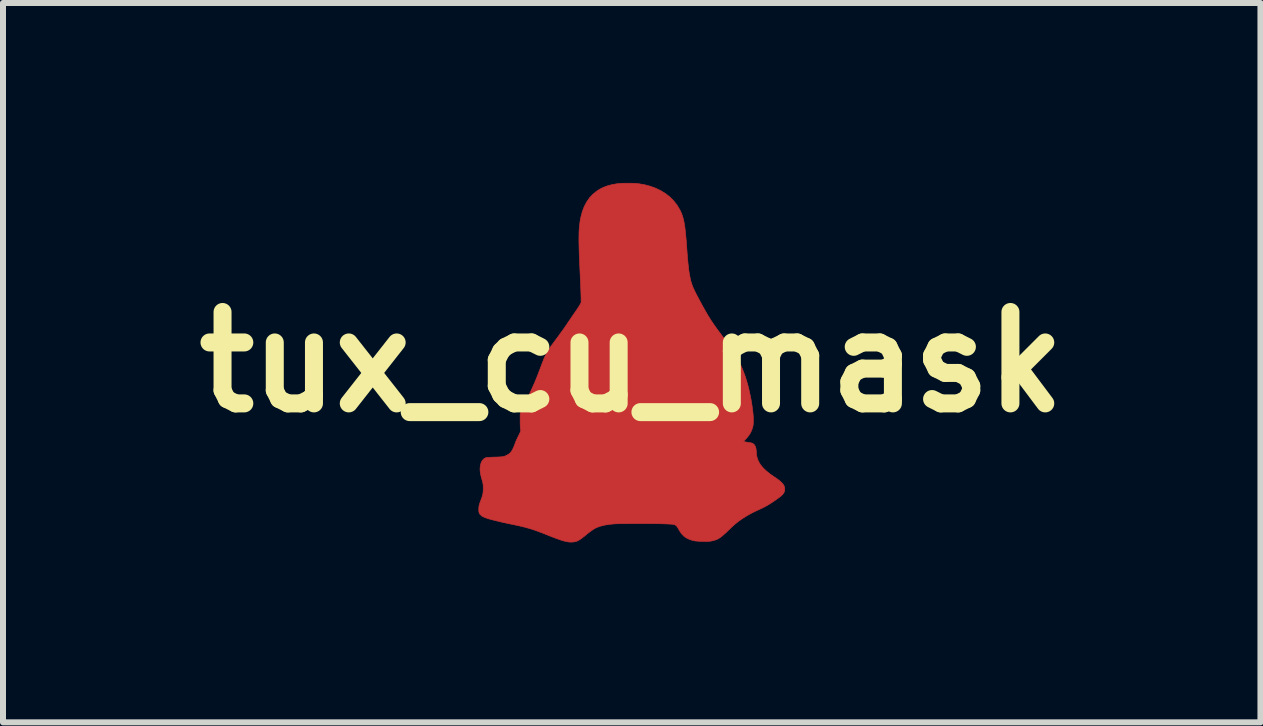
<source format=kicad_pcb>
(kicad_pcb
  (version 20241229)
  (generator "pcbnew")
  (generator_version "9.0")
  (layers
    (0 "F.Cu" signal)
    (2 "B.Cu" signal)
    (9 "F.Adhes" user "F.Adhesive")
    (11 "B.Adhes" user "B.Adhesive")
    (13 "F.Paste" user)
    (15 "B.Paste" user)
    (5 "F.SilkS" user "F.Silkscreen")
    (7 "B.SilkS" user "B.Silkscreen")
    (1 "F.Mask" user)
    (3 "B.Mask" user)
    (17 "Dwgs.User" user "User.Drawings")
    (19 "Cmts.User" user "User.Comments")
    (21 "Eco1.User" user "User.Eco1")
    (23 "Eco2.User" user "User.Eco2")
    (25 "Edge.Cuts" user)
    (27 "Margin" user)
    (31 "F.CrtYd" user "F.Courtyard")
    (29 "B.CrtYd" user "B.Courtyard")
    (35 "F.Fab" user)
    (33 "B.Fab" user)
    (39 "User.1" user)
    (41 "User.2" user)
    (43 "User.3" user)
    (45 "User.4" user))
  (footprint "tux_cu_mask"
    (layer "F.Cu")
    (at 7.482 2.986)
    (property "Reference" "tux_cu_mask" (at 0 0 0) (layer "F.SilkS") (effects (font (size 1.524 1.524) (thickness 0.3))))
    (attr through_hole)
    (fp_poly (pts (xy -0.019 -2.981) (xy 0.026 -2.98) (xy 0.066 -2.978) (xy 0.099 -2.975) (xy 0.102 -2.975) (xy 0.207 -2.958) (xy 0.307 -2.932) (xy 0.401 -2.898) (xy 0.487 -2.856) (xy 0.566 -2.807) (xy 0.638 -2.75) (xy 0.702 -2.685) (xy 0.757 -2.614) (xy 0.804 -2.535) (xy 0.809 -2.526) (xy 0.824 -2.493) (xy 0.838 -2.459) (xy 0.85 -2.422) (xy 0.861 -2.383) (xy 0.871 -2.339) (xy 0.88 -2.29) (xy 0.888 -2.234) (xy 0.895 -2.172) (xy 0.902 -2.101) (xy 0.909 -2.022) (xy 0.916 -1.932) (xy 0.917 -1.913) (xy 0.924 -1.816) (xy 0.931 -1.729) (xy 0.938 -1.652) (xy 0.946 -1.583) (xy 0.953 -1.521) (xy 0.962 -1.467) (xy 0.971 -1.418) (xy 0.98 -1.373) (xy 0.991 -1.333) (xy 1.003 -1.295) (xy 1.016 -1.26) (xy 1.022 -1.245) (xy 1.032 -1.223) (xy 1.045 -1.195) (xy 1.062 -1.16) (xy 1.081 -1.122) (xy 1.102 -1.084) (xy 1.113 -1.061) (xy 1.154 -0.985) (xy 1.191 -0.917) (xy 1.226 -0.856) (xy 1.258 -0.8) (xy 1.289 -0.748) (xy 1.32 -0.699) (xy 1.352 -0.651) (xy 1.386 -0.602) (xy 1.423 -0.55) (xy 1.464 -0.495) (xy 1.51 -0.434) (xy 1.518 -0.423) (xy 1.587 -0.332) (xy 1.647 -0.246) (xy 1.701 -0.164) (xy 1.748 -0.085) (xy 1.79 -0.007) (xy 1.827 0.072) (xy 1.86 0.152) (xy 1.891 0.235) (xy 1.919 0.324) (xy 1.919 0.325) (xy 1.938 0.392) (xy 1.956 0.464) (xy 1.972 0.54) (xy 1.988 0.617) (xy 2.001 0.693) (xy 2.012 0.767) (xy 2.02 0.835) (xy 2.026 0.898) (xy 2.028 0.952) (xy 2.028 0.957) (xy 2.028 0.993) (xy 2.027 1.021) (xy 2.025 1.044) (xy 2.022 1.065) (xy 2.017 1.086) (xy 2.016 1.088) (xy 2.001 1.134) (xy 1.982 1.177) (xy 1.957 1.217) (xy 1.924 1.259) (xy 1.89 1.296) (xy 1.862 1.325) (xy 1.912 1.334) (xy 1.938 1.339) (xy 1.964 1.343) (xy 1.986 1.346) (xy 1.99 1.347) (xy 2.018 1.356) (xy 2.041 1.375) (xy 2.059 1.402) (xy 2.071 1.438) (xy 2.077 1.482) (xy 2.077 1.499) (xy 2.082 1.556) (xy 2.095 1.611) (xy 2.118 1.664) (xy 2.149 1.715) (xy 2.191 1.765) (xy 2.243 1.815) (xy 2.305 1.865) (xy 2.365 1.907) (xy 2.415 1.941) (xy 2.457 1.972) (xy 2.489 1.999) (xy 2.514 2.025) (xy 2.532 2.049) (xy 2.544 2.072) (xy 2.55 2.097) (xy 2.551 2.118) (xy 2.55 2.141) (xy 2.545 2.162) (xy 2.535 2.182) (xy 2.52 2.203) (xy 2.499 2.225) (xy 2.47 2.249) (xy 2.433 2.276) (xy 2.389 2.307) (xy 2.339 2.341) (xy 2.295 2.369) (xy 2.255 2.393) (xy 2.215 2.415) (xy 2.173 2.436) (xy 2.126 2.458) (xy 2.113 2.464) (xy 2.038 2.499) (xy 1.971 2.534) (xy 1.907 2.571) (xy 1.85 2.607) (xy 1.814 2.632) (xy 1.78 2.656) (xy 1.747 2.682) (xy 1.714 2.71) (xy 1.678 2.742) (xy 1.638 2.78) (xy 1.603 2.814) (xy 1.559 2.856) (xy 1.521 2.889) (xy 1.487 2.917) (xy 1.456 2.938) (xy 1.425 2.955) (xy 1.394 2.967) (xy 1.36 2.977) (xy 1.322 2.985) (xy 1.317 2.986) (xy 1.292 2.989) (xy 1.258 2.991) (xy 1.219 2.991) (xy 1.177 2.99) (xy 1.134 2.989) (xy 1.094 2.986) (xy 1.06 2.983) (xy 1.033 2.979) (xy 1.03 2.978) (xy 0.968 2.959) (xy 0.914 2.934) (xy 0.869 2.902) (xy 0.83 2.862) (xy 0.797 2.813) (xy 0.792 2.805) (xy 0.777 2.778) (xy 0.764 2.756) (xy 0.752 2.739) (xy 0.738 2.725) (xy 0.723 2.716) (xy 0.704 2.709) (xy 0.68 2.705) (xy 0.649 2.702) (xy 0.611 2.7) (xy 0.563 2.698) (xy 0.548 2.698) (xy 0.5 2.696) (xy 0.446 2.695) (xy 0.386 2.694) (xy 0.321 2.694) (xy 0.253 2.693) (xy 0.184 2.693) (xy 0.114 2.693) (xy 0.045 2.693) (xy -0.021 2.693) (xy -0.084 2.694) (xy -0.142 2.694) (xy -0.193 2.695) (xy -0.237 2.696) (xy -0.271 2.697) (xy -0.288 2.698) (xy -0.375 2.706) (xy -0.453 2.719) (xy -0.521 2.736) (xy -0.581 2.758) (xy -0.601 2.767) (xy -0.632 2.785) (xy -0.668 2.809) (xy -0.708 2.838) (xy -0.751 2.872) (xy -0.766 2.885) (xy -0.806 2.917) (xy -0.838 2.942) (xy -0.866 2.961) (xy -0.891 2.976) (xy -0.914 2.986) (xy -0.93 2.992) (xy -0.97 3) (xy -1.016 3.002) (xy -1.058 2.999) (xy -1.087 2.994) (xy -1.12 2.986) (xy -1.16 2.975) (xy -1.205 2.96) (xy -1.258 2.941) (xy -1.32 2.918) (xy -1.39 2.89) (xy -1.437 2.871) (xy -1.5 2.846) (xy -1.559 2.824) (xy -1.614 2.804) (xy -1.669 2.786) (xy -1.723 2.77) (xy -1.78 2.754) (xy -1.841 2.739) (xy -1.908 2.724) (xy -1.983 2.708) (xy -2.047 2.695) (xy -2.083 2.687) (xy -2.127 2.678) (xy -2.175 2.667) (xy -2.224 2.655) (xy -2.271 2.644) (xy -2.283 2.641) (xy -2.341 2.626) (xy -2.389 2.613) (xy -2.427 2.6) (xy -2.459 2.588) (xy -2.484 2.576) (xy -2.504 2.563) (xy -2.515 2.553) (xy -2.532 2.536) (xy -2.542 2.519) (xy -2.548 2.499) (xy -2.55 2.474) (xy -2.55 2.445) (xy -2.548 2.421) (xy -2.546 2.4) (xy -2.542 2.38) (xy -2.535 2.358) (xy -2.524 2.329) (xy -2.521 2.32) (xy -2.506 2.279) (xy -2.494 2.246) (xy -2.486 2.218) (xy -2.481 2.193) (xy -2.478 2.169) (xy -2.476 2.142) (xy -2.475 2.11) (xy -2.475 2.108) (xy -2.476 2.077) (xy -2.476 2.053) (xy -2.479 2.032) (xy -2.483 2.01) (xy -2.49 1.984) (xy -2.496 1.961) (xy -2.509 1.915) (xy -2.518 1.877) (xy -2.524 1.845) (xy -2.527 1.817) (xy -2.529 1.79) (xy -2.529 1.786) (xy -2.525 1.734) (xy -2.514 1.688) (xy -2.497 1.65) (xy -2.473 1.62) (xy -2.447 1.601) (xy -2.439 1.598) (xy -2.43 1.595) (xy -2.418 1.592) (xy -2.402 1.59) (xy -2.38 1.589) (xy -2.351 1.587) (xy -2.314 1.586) (xy -2.292 1.585) (xy -2.246 1.584) (xy -2.209 1.582) (xy -2.181 1.581) (xy -2.158 1.578) (xy -2.14 1.575) (xy -2.124 1.571) (xy -2.108 1.565) (xy -2.092 1.558) (xy -2.088 1.556) (xy -2.058 1.54) (xy -2.031 1.519) (xy -2.008 1.493) (xy -1.988 1.46) (xy -1.968 1.418) (xy -1.953 1.38) (xy -1.944 1.356) (xy -1.937 1.338) (xy -1.931 1.322) (xy -1.924 1.306) (xy -1.916 1.288) (xy -1.906 1.267) (xy -1.892 1.239) (xy -1.88 1.215) (xy -1.867 1.187) (xy -1.858 1.167) (xy -1.852 1.153) (xy -1.85 1.143) (xy -1.851 1.135) (xy -1.853 1.128) (xy -1.856 1.113) (xy -1.858 1.088) (xy -1.859 1.052) (xy -1.86 1.005) (xy -1.86 0.988) (xy -1.86 0.866) (xy -1.841 0.813) (xy -1.832 0.789) (xy -1.819 0.758) (xy -1.803 0.724) (xy -1.786 0.69) (xy -1.776 0.672) (xy -1.74 0.601) (xy -1.707 0.536) (xy -1.677 0.473) (xy -1.649 0.411) (xy -1.621 0.348) (xy -1.593 0.281) (xy -1.564 0.208) (xy -1.533 0.126) (xy -1.524 0.102) (xy -1.501 0.041) (xy -1.481 -0.011) (xy -1.463 -0.057) (xy -1.445 -0.097) (xy -1.426 -0.134) (xy -1.407 -0.17) (xy -1.386 -0.205) (xy -1.361 -0.242) (xy -1.333 -0.283) (xy -1.299 -0.329) (xy -1.26 -0.381) (xy -1.249 -0.396) (xy -1.217 -0.439) (xy -1.183 -0.487) (xy -1.146 -0.537) (xy -1.111 -0.587) (xy -1.08 -0.633) (xy -1.067 -0.653) (xy -1.041 -0.691) (xy -1.014 -0.73) (xy -0.989 -0.768) (xy -0.965 -0.802) (xy -0.945 -0.831) (xy -0.934 -0.847) (xy -0.915 -0.874) (xy -0.896 -0.903) (xy -0.879 -0.929) (xy -0.866 -0.95) (xy -0.866 -0.951) (xy -0.844 -0.991) (xy -0.844 -1.067) (xy -0.845 -1.089) (xy -0.846 -1.121) (xy -0.847 -1.161) (xy -0.849 -1.207) (xy -0.851 -1.258) (xy -0.853 -1.312) (xy -0.856 -1.367) (xy -0.857 -1.391) (xy -0.862 -1.509) (xy -0.867 -1.616) (xy -0.871 -1.713) (xy -0.875 -1.801) (xy -0.877 -1.88) (xy -0.879 -1.952) (xy -0.88 -2.017) (xy -0.88 -2.075) (xy -0.879 -2.128) (xy -0.878 -2.176) (xy -0.875 -2.22) (xy -0.872 -2.261) (xy -0.868 -2.298) (xy -0.863 -2.334) (xy -0.858 -2.368) (xy -0.851 -2.402) (xy -0.847 -2.42) (xy -0.823 -2.511) (xy -0.791 -2.594) (xy -0.751 -2.669) (xy -0.705 -2.736) (xy -0.651 -2.794) (xy -0.651 -2.794) (xy -0.595 -2.841) (xy -0.537 -2.88) (xy -0.474 -2.912) (xy -0.404 -2.938) (xy -0.328 -2.958) (xy -0.243 -2.973) (xy -0.226 -2.975) (xy -0.196 -2.978) (xy -0.158 -2.98) (xy -0.114 -2.981) (xy -0.067 -2.981) (xy -0.019 -2.981)) (stroke (width 0.01) (type solid)) (fill yes) (layer "F.Cu"))
    (fp_poly (pts (xy -0.496 -2.115) (xy -0.484 -2.111) (xy -0.446 -2.091) (xy -0.414 -2.061) (xy -0.387 -2.022) (xy -0.366 -1.974) (xy -0.351 -1.917) (xy -0.342 -1.851) (xy -0.34 -1.819) (xy -0.339 -1.789) (xy -0.339 -1.768) (xy -0.339 -1.754) (xy -0.341 -1.745) (xy -0.345 -1.738) (xy -0.35 -1.732) (xy -0.352 -1.731) (xy -0.371 -1.718) (xy -0.385 -1.716) (xy -0.403 -1.718) (xy -0.414 -1.725) (xy -0.421 -1.739) (xy -0.424 -1.761) (xy -0.425 -1.767) (xy -0.434 -1.813) (xy -0.453 -1.859) (xy -0.477 -1.896) (xy -0.493 -1.916) (xy -0.511 -1.928) (xy -0.534 -1.935) (xy -0.551 -1.938) (xy -0.58 -1.938) (xy -0.61 -1.929) (xy -0.637 -1.913) (xy -0.659 -1.893) (xy -0.67 -1.875) (xy -0.674 -1.857) (xy -0.676 -1.831) (xy -0.676 -1.801) (xy -0.674 -1.769) (xy -0.67 -1.739) (xy -0.664 -1.714) (xy -0.664 -1.711) (xy -0.651 -1.684) (xy -0.633 -1.659) (xy -0.612 -1.64) (xy -0.595 -1.631) (xy -0.583 -1.625) (xy -0.577 -1.617) (xy -0.578 -1.605) (xy -0.587 -1.587) (xy -0.593 -1.576) (xy -0.609 -1.552) (xy -0.624 -1.539) (xy -0.64 -1.536) (xy -0.657 -1.542) (xy -0.659 -1.544) (xy -0.67 -1.556) (xy -0.682 -1.576) (xy -0.695 -1.601) (xy -0.707 -1.629) (xy -0.716 -1.656) (xy -0.718 -1.665) (xy -0.729 -1.72) (xy -0.736 -1.776) (xy -0.739 -1.832) (xy -0.737 -1.884) (xy -0.731 -1.931) (xy -0.723 -1.963) (xy -0.702 -2.012) (xy -0.675 -2.052) (xy -0.641 -2.083) (xy -0.613 -2.101) (xy -0.573 -2.116) (xy -0.534 -2.121) (xy -0.496 -2.115)) (stroke (width 0.01) (type solid)) (fill yes) (layer "F.Mask"))
    (fp_poly (pts (xy 0.208 -2.155) (xy 0.265 -2.145) (xy 0.282 -2.141) (xy 0.324 -2.128) (xy 0.359 -2.112) (xy 0.389 -2.09) (xy 0.414 -2.062) (xy 0.435 -2.026) (xy 0.455 -1.981) (xy 0.464 -1.957) (xy 0.488 -1.882) (xy 0.504 -1.814) (xy 0.512 -1.752) (xy 0.512 -1.698) (xy 0.508 -1.668) (xy 0.501 -1.636) (xy 0.49 -1.607) (xy 0.477 -1.583) (xy 0.463 -1.568) (xy 0.462 -1.567) (xy 0.443 -1.56) (xy 0.419 -1.559) (xy 0.392 -1.564) (xy 0.38 -1.569) (xy 0.363 -1.579) (xy 0.35 -1.591) (xy 0.347 -1.594) (xy 0.342 -1.602) (xy 0.341 -1.609) (xy 0.341 -1.619) (xy 0.345 -1.634) (xy 0.352 -1.657) (xy 0.353 -1.661) (xy 0.361 -1.688) (xy 0.366 -1.71) (xy 0.369 -1.734) (xy 0.37 -1.762) (xy 0.37 -1.776) (xy 0.37 -1.804) (xy 0.369 -1.823) (xy 0.367 -1.836) (xy 0.363 -1.847) (xy 0.357 -1.857) (xy 0.353 -1.864) (xy 0.324 -1.895) (xy 0.289 -1.917) (xy 0.246 -1.931) (xy 0.196 -1.936) (xy 0.19 -1.936) (xy 0.154 -1.932) (xy 0.123 -1.92) (xy 0.095 -1.898) (xy 0.087 -1.89) (xy 0.07 -1.867) (xy 0.057 -1.84) (xy 0.048 -1.806) (xy 0.042 -1.764) (xy 0.04 -1.743) (xy 0.038 -1.719) (xy 0.036 -1.7) (xy 0.034 -1.688) (xy 0.033 -1.685) (xy 0.027 -1.685) (xy 0.012 -1.686) (xy -0.009 -1.688) (xy -0.033 -1.692) (xy -0.057 -1.697) (xy -0.057 -1.697) (xy -0.069 -1.703) (xy -0.077 -1.719) (xy -0.082 -1.743) (xy -0.084 -1.778) (xy -0.083 -1.822) (xy -0.083 -1.823) (xy -0.075 -1.89) (xy -0.058 -1.953) (xy -0.031 -2.015) (xy -0.017 -2.039) (xy 0.011 -2.081) (xy 0.042 -2.114) (xy 0.076 -2.137) (xy 0.114 -2.151) (xy 0.158 -2.157) (xy 0.208 -2.155)) (stroke (width 0.01) (type solid)) (fill yes) (layer "F.Mask"))
    (fp_poly (pts (xy -1.644 1.11) (xy -1.612 1.119) (xy -1.609 1.121) (xy -1.574 1.14) (xy -1.538 1.166) (xy -1.499 1.199) (xy -1.457 1.24) (xy -1.412 1.29) (xy -1.364 1.348) (xy -1.312 1.415) (xy -1.255 1.491) (xy -1.224 1.535) (xy -1.206 1.561) (xy -1.184 1.594) (xy -1.157 1.633) (xy -1.127 1.678) (xy -1.094 1.726) (xy -1.06 1.777) (xy -1.026 1.828) (xy -0.992 1.88) (xy -0.959 1.929) (xy -0.928 1.976) (xy -0.901 2.018) (xy -0.877 2.055) (xy -0.858 2.085) (xy -0.847 2.101) (xy -0.804 2.176) (xy -0.77 2.245) (xy -0.745 2.31) (xy -0.728 2.372) (xy -0.72 2.432) (xy -0.72 2.49) (xy -0.722 2.51) (xy -0.728 2.559) (xy -0.737 2.6) (xy -0.749 2.637) (xy -0.764 2.672) (xy -0.765 2.673) (xy -0.794 2.722) (xy -0.829 2.761) (xy -0.87 2.791) (xy -0.918 2.813) (xy -0.974 2.826) (xy -1.036 2.83) (xy -1.094 2.827) (xy -1.109 2.825) (xy -1.124 2.823) (xy -1.14 2.821) (xy -1.157 2.817) (xy -1.179 2.813) (xy -1.204 2.807) (xy -1.235 2.8) (xy -1.273 2.791) (xy -1.319 2.779) (xy -1.374 2.765) (xy -1.414 2.755) (xy -1.467 2.742) (xy -1.524 2.728) (xy -1.583 2.713) (xy -1.641 2.699) (xy -1.694 2.687) (xy -1.739 2.676) (xy -1.741 2.675) (xy -1.799 2.662) (xy -1.86 2.647) (xy -1.923 2.632) (xy -1.986 2.616) (xy -2.049 2.6) (xy -2.111 2.585) (xy -2.171 2.569) (xy -2.226 2.555) (xy -2.278 2.541) (xy -2.324 2.529) (xy -2.363 2.518) (xy -2.394 2.509) (xy -2.417 2.502) (xy -2.43 2.498) (xy -2.431 2.497) (xy -2.455 2.484) (xy -2.47 2.468) (xy -2.477 2.451) (xy -2.476 2.43) (xy -2.467 2.404) (xy -2.45 2.372) (xy -2.432 2.345) (xy -2.408 2.309) (xy -2.39 2.28) (xy -2.377 2.256) (xy -2.368 2.233) (xy -2.361 2.21) (xy -2.357 2.192) (xy -2.35 2.155) (xy -2.348 2.12) (xy -2.349 2.083) (xy -2.356 2.045) (xy -2.366 2.003) (xy -2.382 1.956) (xy -2.404 1.901) (xy -2.417 1.87) (xy -2.432 1.833) (xy -2.443 1.804) (xy -2.451 1.782) (xy -2.456 1.763) (xy -2.459 1.746) (xy -2.46 1.737) (xy -2.461 1.715) (xy -2.459 1.701) (xy -2.455 1.688) (xy -2.448 1.677) (xy -2.435 1.661) (xy -2.418 1.649) (xy -2.414 1.646) (xy -2.394 1.64) (xy -2.365 1.637) (xy -2.329 1.637) (xy -2.289 1.64) (xy -2.246 1.645) (xy -2.242 1.646) (xy -2.192 1.651) (xy -2.141 1.651) (xy -2.091 1.646) (xy -2.047 1.636) (xy -2.009 1.622) (xy -2.001 1.617) (xy -1.974 1.596) (xy -1.949 1.566) (xy -1.928 1.53) (xy -1.927 1.527) (xy -1.919 1.507) (xy -1.91 1.478) (xy -1.9 1.443) (xy -1.891 1.406) (xy -1.882 1.368) (xy -1.876 1.333) (xy -1.874 1.323) (xy -1.868 1.297) (xy -1.857 1.266) (xy -1.843 1.232) (xy -1.828 1.199) (xy -1.813 1.171) (xy -1.8 1.151) (xy -1.779 1.132) (xy -1.75 1.118) (xy -1.716 1.11) (xy -1.68 1.107) (xy -1.644 1.11)) (stroke (width 0.01) (type solid)) (fill yes) (layer "F.Mask"))
    (fp_poly (pts (xy 1.078 1.249) (xy 1.089 1.257) (xy 1.095 1.272) (xy 1.097 1.281) (xy 1.103 1.301) (xy 1.114 1.327) (xy 1.129 1.357) (xy 1.146 1.389) (xy 1.164 1.419) (xy 1.182 1.447) (xy 1.196 1.465) (xy 1.24 1.511) (xy 1.286 1.546) (xy 1.334 1.57) (xy 1.385 1.583) (xy 1.438 1.585) (xy 1.494 1.576) (xy 1.553 1.556) (xy 1.572 1.547) (xy 1.612 1.527) (xy 1.651 1.503) (xy 1.691 1.475) (xy 1.733 1.442) (xy 1.779 1.401) (xy 1.785 1.396) (xy 1.801 1.382) (xy 1.815 1.372) (xy 1.823 1.369) (xy 1.824 1.369) (xy 1.833 1.37) (xy 1.85 1.373) (xy 1.872 1.375) (xy 1.891 1.377) (xy 1.934 1.382) (xy 1.969 1.389) (xy 1.995 1.398) (xy 2.011 1.408) (xy 2.014 1.412) (xy 2.02 1.429) (xy 2.021 1.454) (xy 2.018 1.482) (xy 2.016 1.49) (xy 2.01 1.53) (xy 2.01 1.578) (xy 2.015 1.629) (xy 2.024 1.682) (xy 2.038 1.734) (xy 2.055 1.782) (xy 2.071 1.814) (xy 2.091 1.845) (xy 2.116 1.875) (xy 2.143 1.899) (xy 2.169 1.916) (xy 2.186 1.923) (xy 2.21 1.931) (xy 2.24 1.94) (xy 2.27 1.949) (xy 2.275 1.95) (xy 2.335 1.968) (xy 2.385 1.988) (xy 2.424 2.009) (xy 2.453 2.033) (xy 2.472 2.059) (xy 2.482 2.088) (xy 2.484 2.106) (xy 2.478 2.135) (xy 2.463 2.166) (xy 2.44 2.197) (xy 2.409 2.229) (xy 2.371 2.258) (xy 2.357 2.268) (xy 2.334 2.282) (xy 2.31 2.295) (xy 2.284 2.308) (xy 2.255 2.321) (xy 2.221 2.334) (xy 2.181 2.349) (xy 2.132 2.365) (xy 2.082 2.382) (xy 2.021 2.402) (xy 1.968 2.421) (xy 1.92 2.44) (xy 1.877 2.458) (xy 1.837 2.478) (xy 1.798 2.5) (xy 1.758 2.525) (xy 1.717 2.553) (xy 1.672 2.586) (xy 1.622 2.625) (xy 1.565 2.67) (xy 1.555 2.678) (xy 1.526 2.701) (xy 1.498 2.722) (xy 1.473 2.742) (xy 1.453 2.756) (xy 1.441 2.765) (xy 1.394 2.789) (xy 1.341 2.807) (xy 1.286 2.818) (xy 1.231 2.82) (xy 1.205 2.819) (xy 1.172 2.813) (xy 1.138 2.805) (xy 1.11 2.796) (xy 1.104 2.794) (xy 1.06 2.769) (xy 1.018 2.735) (xy 0.98 2.695) (xy 0.949 2.651) (xy 0.929 2.611) (xy 0.922 2.585) (xy 0.918 2.549) (xy 0.917 2.505) (xy 0.919 2.454) (xy 0.923 2.398) (xy 0.93 2.337) (xy 0.933 2.315) (xy 0.942 2.254) (xy 0.949 2.2) (xy 0.953 2.152) (xy 0.955 2.106) (xy 0.955 2.062) (xy 0.952 2.017) (xy 0.946 1.969) (xy 0.938 1.917) (xy 0.927 1.857) (xy 0.914 1.789) (xy 0.913 1.784) (xy 0.907 1.756) (xy 0.903 1.732) (xy 0.9 1.712) (xy 0.897 1.691) (xy 0.896 1.668) (xy 0.895 1.641) (xy 0.895 1.608) (xy 0.895 1.566) (xy 0.895 1.558) (xy 0.895 1.505) (xy 0.896 1.463) (xy 0.898 1.428) (xy 0.9 1.4) (xy 0.905 1.377) (xy 0.91 1.357) (xy 0.917 1.339) (xy 0.925 1.324) (xy 0.948 1.291) (xy 0.978 1.267) (xy 1.013 1.253) (xy 1.056 1.247) (xy 1.061 1.247) (xy 1.078 1.249)) (stroke (width 0.01) (type solid)) (fill yes) (layer "F.Mask"))
    (fp_poly (pts (xy -0.305 -1.684) (xy -0.275 -1.684) (xy -0.249 -1.683) (xy -0.223 -1.682) (xy -0.196 -1.679) (xy -0.167 -1.675) (xy -0.132 -1.67) (xy -0.09 -1.663) (xy -0.039 -1.654) (xy -0.039 -1.654) (xy -0.006 -1.649) (xy 0.018 -1.643) (xy 0.037 -1.638) (xy 0.053 -1.631) (xy 0.068 -1.622) (xy 0.087 -1.61) (xy 0.093 -1.606) (xy 0.126 -1.585) (xy 0.162 -1.565) (xy 0.204 -1.546) (xy 0.252 -1.527) (xy 0.31 -1.507) (xy 0.328 -1.501) (xy 0.373 -1.486) (xy 0.408 -1.473) (xy 0.435 -1.462) (xy 0.455 -1.45) (xy 0.471 -1.439) (xy 0.484 -1.425) (xy 0.492 -1.416) (xy 0.499 -1.405) (xy 0.503 -1.393) (xy 0.504 -1.378) (xy 0.505 -1.355) (xy 0.505 -1.349) (xy 0.503 -1.316) (xy 0.497 -1.281) (xy 0.489 -1.248) (xy 0.479 -1.219) (xy 0.467 -1.197) (xy 0.458 -1.187) (xy 0.447 -1.178) (xy 0.438 -1.174) (xy 0.438 -1.174) (xy 0.43 -1.172) (xy 0.416 -1.165) (xy 0.397 -1.156) (xy 0.39 -1.152) (xy 0.364 -1.14) (xy 0.337 -1.128) (xy 0.313 -1.119) (xy 0.312 -1.118) (xy 0.292 -1.111) (xy 0.266 -1.099) (xy 0.238 -1.085) (xy 0.221 -1.076) (xy 0.184 -1.056) (xy 0.14 -1.034) (xy 0.092 -1.011) (xy 0.041 -0.988) (xy -0.01 -0.965) (xy -0.06 -0.944) (xy -0.106 -0.926) (xy -0.147 -0.911) (xy -0.179 -0.9) (xy -0.18 -0.9) (xy -0.223 -0.89) (xy -0.268 -0.884) (xy -0.312 -0.883) (xy -0.351 -0.886) (xy -0.362 -0.888) (xy -0.385 -0.895) (xy -0.407 -0.904) (xy -0.431 -0.918) (xy -0.458 -0.937) (xy -0.49 -0.963) (xy -0.496 -0.968) (xy -0.52 -0.988) (xy -0.535 -1.003) (xy -0.543 -1.013) (xy -0.546 -1.021) (xy -0.546 -1.023) (xy -0.546 -1.027) (xy -0.544 -1.03) (xy -0.54 -1.032) (xy -0.532 -1.034) (xy -0.519 -1.035) (xy -0.501 -1.035) (xy -0.475 -1.036) (xy -0.44 -1.036) (xy -0.396 -1.036) (xy -0.384 -1.036) (xy -0.337 -1.036) (xy -0.3 -1.036) (xy -0.271 -1.036) (xy -0.248 -1.037) (xy -0.23 -1.038) (xy -0.216 -1.04) (xy -0.203 -1.043) (xy -0.19 -1.046) (xy -0.176 -1.05) (xy -0.172 -1.052) (xy -0.149 -1.06) (xy -0.119 -1.072) (xy -0.085 -1.086) (xy -0.051 -1.101) (xy -0.034 -1.109) (xy 0.005 -1.126) (xy 0.049 -1.145) (xy 0.094 -1.163) (xy 0.135 -1.178) (xy 0.144 -1.181) (xy 0.203 -1.202) (xy 0.252 -1.22) (xy 0.291 -1.235) (xy 0.322 -1.249) (xy 0.346 -1.261) (xy 0.363 -1.272) (xy 0.375 -1.283) (xy 0.381 -1.293) (xy 0.383 -1.3) (xy 0.38 -1.318) (xy 0.369 -1.332) (xy 0.354 -1.338) (xy 0.351 -1.338) (xy 0.338 -1.333) (xy 0.324 -1.322) (xy 0.323 -1.321) (xy 0.309 -1.306) (xy 0.293 -1.289) (xy 0.29 -1.286) (xy 0.28 -1.277) (xy 0.266 -1.268) (xy 0.245 -1.258) (xy 0.217 -1.247) (xy 0.2 -1.241) (xy 0.165 -1.228) (xy 0.124 -1.213) (xy 0.084 -1.198) (xy 0.05 -1.186) (xy -0.049 -1.152) (xy -0.142 -1.126) (xy -0.232 -1.108) (xy -0.321 -1.096) (xy -0.328 -1.095) (xy -0.392 -1.092) (xy -0.447 -1.095) (xy -0.494 -1.106) (xy -0.533 -1.123) (xy -0.566 -1.148) (xy -0.585 -1.168) (xy -0.609 -1.198) (xy -0.627 -1.219) (xy -0.642 -1.235) (xy -0.655 -1.247) (xy -0.669 -1.257) (xy -0.683 -1.265) (xy -0.713 -1.284) (xy -0.733 -1.305) (xy -0.742 -1.329) (xy -0.742 -1.358) (xy -0.737 -1.378) (xy -0.726 -1.408) (xy -0.708 -1.435) (xy -0.684 -1.462) (xy -0.654 -1.488) (xy -0.631 -1.506) (xy -0.607 -1.526) (xy -0.587 -1.544) (xy -0.583 -1.547) (xy -0.555 -1.571) (xy -0.523 -1.597) (xy -0.491 -1.622) (xy -0.46 -1.644) (xy -0.434 -1.661) (xy -0.425 -1.667) (xy -0.392 -1.685) (xy -0.305 -1.684)) (stroke (width 0.01) (type solid)) (fill yes) (layer "F.Mask"))
    (fp_poly (pts (xy 0.457 -1.099) (xy 0.461 -1.065) (xy 0.469 -1.027) (xy 0.483 -0.989) (xy 0.491 -0.97) (xy 0.502 -0.951) (xy 0.514 -0.931) (xy 0.528 -0.909) (xy 0.547 -0.882) (xy 0.572 -0.849) (xy 0.577 -0.843) (xy 0.611 -0.792) (xy 0.643 -0.737) (xy 0.673 -0.675) (xy 0.701 -0.605) (xy 0.728 -0.527) (xy 0.754 -0.439) (xy 0.767 -0.392) (xy 0.779 -0.35) (xy 0.789 -0.315) (xy 0.801 -0.284) (xy 0.814 -0.255) (xy 0.83 -0.223) (xy 0.845 -0.194) (xy 0.89 -0.113) (xy 0.928 -0.04) (xy 0.961 0.025) (xy 0.989 0.084) (xy 1.013 0.137) (xy 1.032 0.187) (xy 1.048 0.233) (xy 1.06 0.277) (xy 1.07 0.319) (xy 1.073 0.339) (xy 1.078 0.372) (xy 1.083 0.405) (xy 1.086 0.439) (xy 1.089 0.477) (xy 1.091 0.519) (xy 1.093 0.566) (xy 1.094 0.62) (xy 1.095 0.683) (xy 1.095 0.755) (xy 1.095 0.781) (xy 1.095 0.846) (xy 1.094 0.904) (xy 1.094 0.954) (xy 1.093 0.996) (xy 1.092 1.028) (xy 1.091 1.051) (xy 1.089 1.063) (xy 1.089 1.063) (xy 1.086 1.08) (xy 1.082 1.104) (xy 1.079 1.129) (xy 1.079 1.132) (xy 1.075 1.177) (xy 1.023 1.181) (xy 0.996 1.183) (xy 0.969 1.188) (xy 0.947 1.193) (xy 0.942 1.194) (xy 0.911 1.21) (xy 0.883 1.235) (xy 0.86 1.267) (xy 0.851 1.286) (xy 0.848 1.294) (xy 0.845 1.302) (xy 0.843 1.311) (xy 0.842 1.322) (xy 0.84 1.336) (xy 0.839 1.354) (xy 0.839 1.378) (xy 0.838 1.409) (xy 0.838 1.447) (xy 0.838 1.495) (xy 0.838 1.553) (xy 0.838 1.553) (xy 0.837 1.617) (xy 0.837 1.671) (xy 0.836 1.716) (xy 0.835 1.751) (xy 0.834 1.779) (xy 0.833 1.799) (xy 0.831 1.814) (xy 0.829 1.823) (xy 0.827 1.828) (xy 0.824 1.829) (xy 0.819 1.833) (xy 0.816 1.84) (xy 0.81 1.848) (xy 0.799 1.862) (xy 0.783 1.881) (xy 0.763 1.902) (xy 0.759 1.906) (xy 0.733 1.933) (xy 0.713 1.953) (xy 0.697 1.969) (xy 0.683 1.984) (xy 0.667 1.999) (xy 0.649 2.017) (xy 0.626 2.04) (xy 0.626 2.04) (xy 0.603 2.063) (xy 0.581 2.087) (xy 0.562 2.108) (xy 0.55 2.123) (xy 0.511 2.164) (xy 0.463 2.203) (xy 0.406 2.239) (xy 0.343 2.27) (xy 0.275 2.296) (xy 0.203 2.317) (xy 0.195 2.319) (xy 0.152 2.328) (xy 0.102 2.335) (xy 0.047 2.341) (xy -0.01 2.346) (xy -0.068 2.35) (xy -0.124 2.352) (xy -0.176 2.353) (xy -0.223 2.351) (xy -0.262 2.348) (xy -0.282 2.346) (xy -0.324 2.337) (xy -0.357 2.327) (xy -0.387 2.315) (xy -0.416 2.299) (xy -0.418 2.298) (xy -0.441 2.284) (xy -0.464 2.27) (xy -0.483 2.26) (xy -0.503 2.249) (xy -0.528 2.234) (xy -0.555 2.219) (xy -0.58 2.203) (xy -0.6 2.191) (xy -0.61 2.184) (xy -0.621 2.177) (xy -0.639 2.167) (xy -0.661 2.155) (xy -0.669 2.15) (xy -0.692 2.138) (xy -0.713 2.126) (xy -0.729 2.116) (xy -0.733 2.114) (xy -0.751 2.101) (xy -0.72 2.083) (xy -0.692 2.065) (xy -0.664 2.042) (xy -0.638 2.017) (xy -0.618 1.994) (xy -0.611 1.985) (xy -0.601 1.964) (xy -0.594 1.937) (xy -0.592 1.926) (xy -0.591 1.887) (xy -0.599 1.848) (xy -0.617 1.808) (xy -0.645 1.768) (xy -0.683 1.727) (xy -0.732 1.684) (xy -0.75 1.67) (xy -0.808 1.625) (xy -0.859 1.585) (xy -0.904 1.549) (xy -0.946 1.515) (xy -0.985 1.483) (xy -1.023 1.451) (xy -1.063 1.417) (xy -1.105 1.381) (xy -1.133 1.356) (xy -1.165 1.328) (xy -1.189 1.305) (xy -1.208 1.286) (xy -1.222 1.269) (xy -1.233 1.252) (xy -1.242 1.232) (xy -1.251 1.209) (xy -1.26 1.185) (xy -1.277 1.134) (xy -1.274 0.915) (xy -1.273 0.848) (xy -1.272 0.791) (xy -1.27 0.742) (xy -1.268 0.698) (xy -1.265 0.66) (xy -1.261 0.625) (xy -1.257 0.59) (xy -1.251 0.556) (xy -1.244 0.52) (xy -1.242 0.507) (xy -1.231 0.463) (xy -1.216 0.412) (xy -1.197 0.354) (xy -1.175 0.292) (xy -1.15 0.228) (xy -1.124 0.164) (xy -1.096 0.102) (xy -1.086 0.081) (xy -1.072 0.048) (xy -1.058 0.011) (xy -1.045 -0.026) (xy -1.039 -0.046) (xy -1.029 -0.078) (xy -1.018 -0.116) (xy -1.007 -0.154) (xy -0.998 -0.183) (xy -0.988 -0.219) (xy -0.977 -0.259) (xy -0.966 -0.297) (xy -0.959 -0.325) (xy -0.951 -0.355) (xy -0.943 -0.384) (xy -0.936 -0.41) (xy -0.931 -0.426) (xy -0.924 -0.45) (xy -0.917 -0.476) (xy -0.914 -0.489) (xy -0.91 -0.503) (xy -0.901 -0.525) (xy -0.888 -0.553) (xy -0.872 -0.587) (xy -0.854 -0.624) (xy -0.843 -0.647) (xy -0.812 -0.709) (xy -0.787 -0.762) (xy -0.766 -0.808) (xy -0.749 -0.848) (xy -0.737 -0.883) (xy -0.727 -0.915) (xy -0.723 -0.934) (xy -0.716 -0.962) (xy -0.711 -0.981) (xy -0.706 -0.992) (xy -0.702 -0.997) (xy -0.696 -0.999) (xy -0.695 -0.999) (xy -0.686 -0.995) (xy -0.672 -0.983) (xy -0.655 -0.966) (xy -0.637 -0.945) (xy -0.621 -0.923) (xy -0.607 -0.901) (xy -0.606 -0.899) (xy -0.589 -0.871) (xy -0.566 -0.839) (xy -0.539 -0.805) (xy -0.511 -0.771) (xy -0.485 -0.742) (xy -0.467 -0.724) (xy -0.443 -0.703) (xy -0.421 -0.688) (xy -0.399 -0.679) (xy -0.374 -0.674) (xy -0.343 -0.672) (xy -0.313 -0.673) (xy -0.282 -0.675) (xy -0.256 -0.677) (xy -0.235 -0.682) (xy -0.215 -0.691) (xy -0.194 -0.704) (xy -0.17 -0.722) (xy -0.141 -0.746) (xy -0.133 -0.754) (xy -0.108 -0.774) (xy -0.077 -0.798) (xy -0.041 -0.825) (xy -0.004 -0.851) (xy 0.032 -0.876) (xy 0.034 -0.877) (xy 0.078 -0.906) (xy 0.114 -0.929) (xy 0.143 -0.948) (xy 0.168 -0.963) (xy 0.189 -0.974) (xy 0.208 -0.983) (xy 0.226 -0.991) (xy 0.231 -0.993) (xy 0.28 -1.015) (xy 0.327 -1.041) (xy 0.369 -1.07) (xy 0.387 -1.084) (xy 0.398 -1.091) (xy 0.415 -1.102) (xy 0.428 -1.108) (xy 0.457 -1.123) (xy 0.457 -1.099)) (stroke (width 0.01) (type solid)) (fill yes) (layer "F.Mask")))
  (gr_rect
    (start -3 -3)
    (end 17.964 8.993)
    (stroke (width 0.1) (type default))
    (fill no)
    (layer "Edge.Cuts")))
</source>
